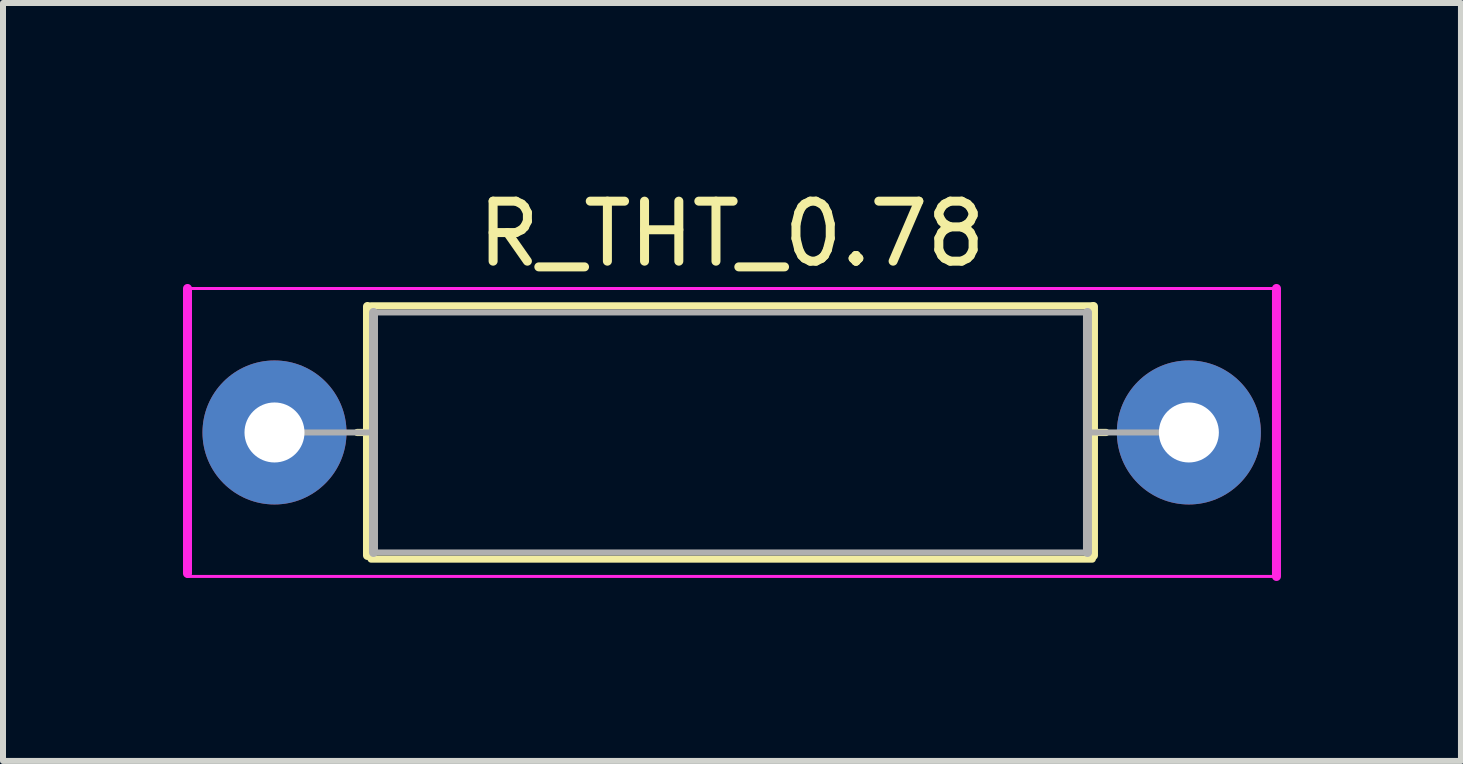
<source format=kicad_pcb>
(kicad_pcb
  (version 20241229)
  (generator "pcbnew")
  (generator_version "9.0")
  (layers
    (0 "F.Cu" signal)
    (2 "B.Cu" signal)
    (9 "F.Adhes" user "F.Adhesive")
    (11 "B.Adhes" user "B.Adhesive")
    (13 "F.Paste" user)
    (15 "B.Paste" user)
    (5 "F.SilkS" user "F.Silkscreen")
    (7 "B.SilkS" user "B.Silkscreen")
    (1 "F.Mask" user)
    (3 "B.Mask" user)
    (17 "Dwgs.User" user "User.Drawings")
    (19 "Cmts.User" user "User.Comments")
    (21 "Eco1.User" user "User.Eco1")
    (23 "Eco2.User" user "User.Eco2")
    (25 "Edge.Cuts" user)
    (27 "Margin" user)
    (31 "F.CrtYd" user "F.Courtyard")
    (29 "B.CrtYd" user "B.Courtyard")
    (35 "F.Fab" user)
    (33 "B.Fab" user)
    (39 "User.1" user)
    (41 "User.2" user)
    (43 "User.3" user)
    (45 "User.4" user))
  (footprint "R_THT_0.78"
    (layer "F.Cu")
    (at 1.525 4.158)
    (property "Reference" "R_THT_0.78" (at 7.62 -3.31 0) (layer "F.SilkS") (effects (font (size 1 1) (thickness 0.15))))
    (attr through_hole)
    (fp_line (start 1.38 0) (end 1.61 0) (stroke (width 0.12) (type solid)) (layer "F.SilkS"))
    (fp_line (start 1.55 -2.1) (end 1.55 2.05) (stroke (width 0.15) (type solid)) (layer "F.SilkS"))
    (fp_line (start 1.61 2.11) (end 13.63 2.11) (stroke (width 0.12) (type solid)) (layer "F.SilkS"))
    (fp_line (start 13.63 -2.11) (end 1.61 -2.11) (stroke (width 0.12) (type solid)) (layer "F.SilkS"))
    (fp_line (start 13.65 -2.1) (end 13.65 2.05) (stroke (width 0.15) (type solid)) (layer "F.SilkS"))
    (fp_line (start 13.86 0) (end 13.63 0) (stroke (width 0.12) (type solid)) (layer "F.SilkS"))
    (fp_line (start -1.45 -2.4) (end -1.45 2.35) (stroke (width 0.15) (type solid)) (layer "F.CrtYd"))
    (fp_line (start -1.45 2.4) (end 16.7 2.4) (stroke (width 0.05) (type solid)) (layer "F.CrtYd"))
    (fp_line (start 16.7 -2.4) (end -1.45 -2.4) (stroke (width 0.05) (type solid)) (layer "F.CrtYd"))
    (fp_line (start 16.7 -2.4) (end 16.7 2.4) (stroke (width 0.15) (type solid)) (layer "F.CrtYd"))
    (fp_line (start 0 0) (end 1.67 0) (stroke (width 0.1) (type solid)) (layer "F.Fab"))
    (fp_line (start 1.65 -2) (end 1.65 2) (stroke (width 0.15) (type solid)) (layer "F.Fab"))
    (fp_line (start 1.67 2) (end 13.57 2) (stroke (width 0.1) (type solid)) (layer "F.Fab"))
    (fp_line (start 13.55 -2) (end 13.55 2) (stroke (width 0.15) (type solid)) (layer "F.Fab"))
    (fp_line (start 13.57 -2) (end 1.67 -2) (stroke (width 0.1) (type solid)) (layer "F.Fab"))
    (fp_line (start 15.24 0) (end 13.57 0) (stroke (width 0.1) (type solid)) (layer "F.Fab"))
    (pad "1" thru_hole circle (at 0 0) (size 2.4 2.4) (drill 1) (layers "*.Cu" "*.Mask"))
    (pad "2" thru_hole oval (at 15.24 0) (size 2.4 2.4) (drill 1) (layers "*.Cu" "*.Mask")))
  (gr_rect
    (start -3 -3)
    (end 21.3 9.633)
    (stroke (width 0.1) (type default))
    (fill no)
    (layer "Edge.Cuts")))
</source>
